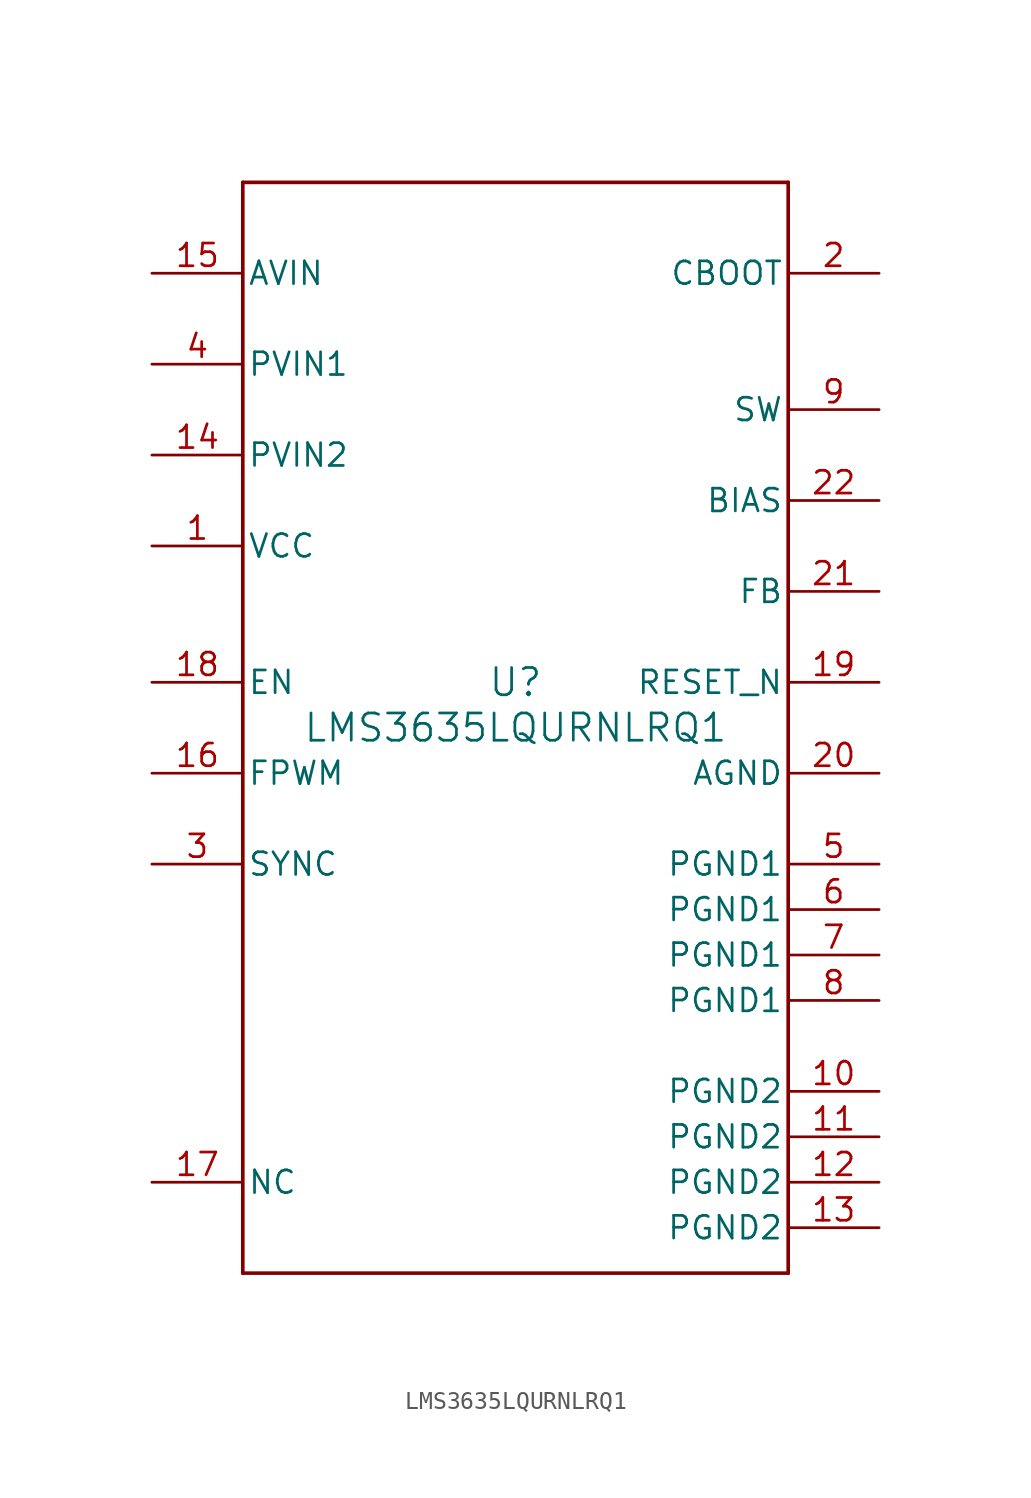
<source format=kicad_sym>
(kicad_symbol_lib
  (version 20211014)
  (generator kicad_symbol_editor)
  (symbol "LMS3635LQURNLRQ1"
    (pin_names
      (offset 0.254))
    (property "Reference" "U"
      (at 0 2.54 0)
      (effects (font (size 1.524 1.524))))
    (property "Value" "LMS3635LQURNLRQ1"
      (at 0 0 0)
      (effects (font (size 1.524 1.524))))
    (symbol "LMS3635LQURNLRQ1_0_1"
      (polyline (pts (xy -15.24 -30.48) (xy 15.24 -30.48)) (stroke (width 0.203) (type default) (color 0 0 0 0)) (fill (type none)))
      (polyline (pts (xy 15.24 -30.48) (xy 15.24 30.48)) (stroke (width 0.203) (type default) (color 0 0 0 0)) (fill (type none)))
      (polyline (pts (xy 15.24 30.48) (xy -15.24 30.48)) (stroke (width 0.203) (type default) (color 0 0 0 0)) (fill (type none)))
      (polyline (pts (xy -15.24 30.48) (xy -15.24 -30.48)) (stroke (width 0.203) (type default) (color 0 0 0 0)) (fill (type none)))
      (pin power_in line (at -20.32 10.16 0) (length 5.08) (name "VCC" (effects (font (size 1.27 1.27)))) (number "1" (effects (font (size 1.27 1.27)))))
      (pin power_in line (at 20.32 25.4 180) (length 5.08) (name "CBOOT" (effects (font (size 1.27 1.27)))) (number "2" (effects (font (size 1.27 1.27)))))
      (pin input line (at -20.32 -7.62 0) (length 5.08) (name "SYNC" (effects (font (size 1.27 1.27)))) (number "3" (effects (font (size 1.27 1.27)))))
      (pin power_in line (at -20.32 20.32 0) (length 5.08) (name "PVIN1" (effects (font (size 1.27 1.27)))) (number "4" (effects (font (size 1.27 1.27)))))
      (pin power_in line (at 20.32 -7.62 180) (length 5.08) (name "PGND1" (effects (font (size 1.27 1.27)))) (number "5" (effects (font (size 1.27 1.27)))))
      (pin power_in line (at 20.32 -10.16 180) (length 5.08) (name "PGND1" (effects (font (size 1.27 1.27)))) (number "6" (effects (font (size 1.27 1.27)))))
      (pin power_in line (at 20.32 -12.7 180) (length 5.08) (name "PGND1" (effects (font (size 1.27 1.27)))) (number "7" (effects (font (size 1.27 1.27)))))
      (pin power_in line (at 20.32 -15.24 180) (length 5.08) (name "PGND1" (effects (font (size 1.27 1.27)))) (number "8" (effects (font (size 1.27 1.27)))))
      (pin power_in line (at 20.32 17.78 180) (length 5.08) (name "SW" (effects (font (size 1.27 1.27)))) (number "9" (effects (font (size 1.27 1.27)))))
      (pin power_in line (at 20.32 -20.32 180) (length 5.08) (name "PGND2" (effects (font (size 1.27 1.27)))) (number "10" (effects (font (size 1.27 1.27)))))
      (pin power_in line (at 20.32 -22.86 180) (length 5.08) (name "PGND2" (effects (font (size 1.27 1.27)))) (number "11" (effects (font (size 1.27 1.27)))))
      (pin power_in line (at 20.32 -25.4 180) (length 5.08) (name "PGND2" (effects (font (size 1.27 1.27)))) (number "12" (effects (font (size 1.27 1.27)))))
      (pin power_in line (at 20.32 -27.94 180) (length 5.08) (name "PGND2" (effects (font (size 1.27 1.27)))) (number "13" (effects (font (size 1.27 1.27)))))
      (pin power_in line (at -20.32 15.24 0) (length 5.08) (name "PVIN2" (effects (font (size 1.27 1.27)))) (number "14" (effects (font (size 1.27 1.27)))))
      (pin power_in line (at -20.32 25.4 0) (length 5.08) (name "AVIN" (effects (font (size 1.27 1.27)))) (number "15" (effects (font (size 1.27 1.27)))))
      (pin input line (at -20.32 -2.54 0) (length 5.08) (name "FPWM" (effects (font (size 1.27 1.27)))) (number "16" (effects (font (size 1.27 1.27)))))
      (pin unspecified line (at -20.32 -25.4 0) (length 5.08) (name "NC" (effects (font (size 1.27 1.27)))) (number "17" (effects (font (size 1.27 1.27)))))
      (pin input line (at -20.32 2.54 0) (length 5.08) (name "EN" (effects (font (size 1.27 1.27)))) (number "18" (effects (font (size 1.27 1.27)))))
      (pin open_collector line (at 20.32 2.54 180) (length 5.08) (name "RESET_N" (effects (font (size 1.27 1.27)))) (number "19" (effects (font (size 1.27 1.27)))))
      (pin power_in line (at 20.32 -2.54 180) (length 5.08) (name "AGND" (effects (font (size 1.27 1.27)))) (number "20" (effects (font (size 1.27 1.27)))))
      (pin input line (at 20.32 7.62 180) (length 5.08) (name "FB" (effects (font (size 1.27 1.27)))) (number "21" (effects (font (size 1.27 1.27)))))
      (pin power_in line (at 20.32 12.7 180) (length 5.08) (name "BIAS" (effects (font (size 1.27 1.27)))) (number "22" (effects (font (size 1.27 1.27))))))))
</source>
